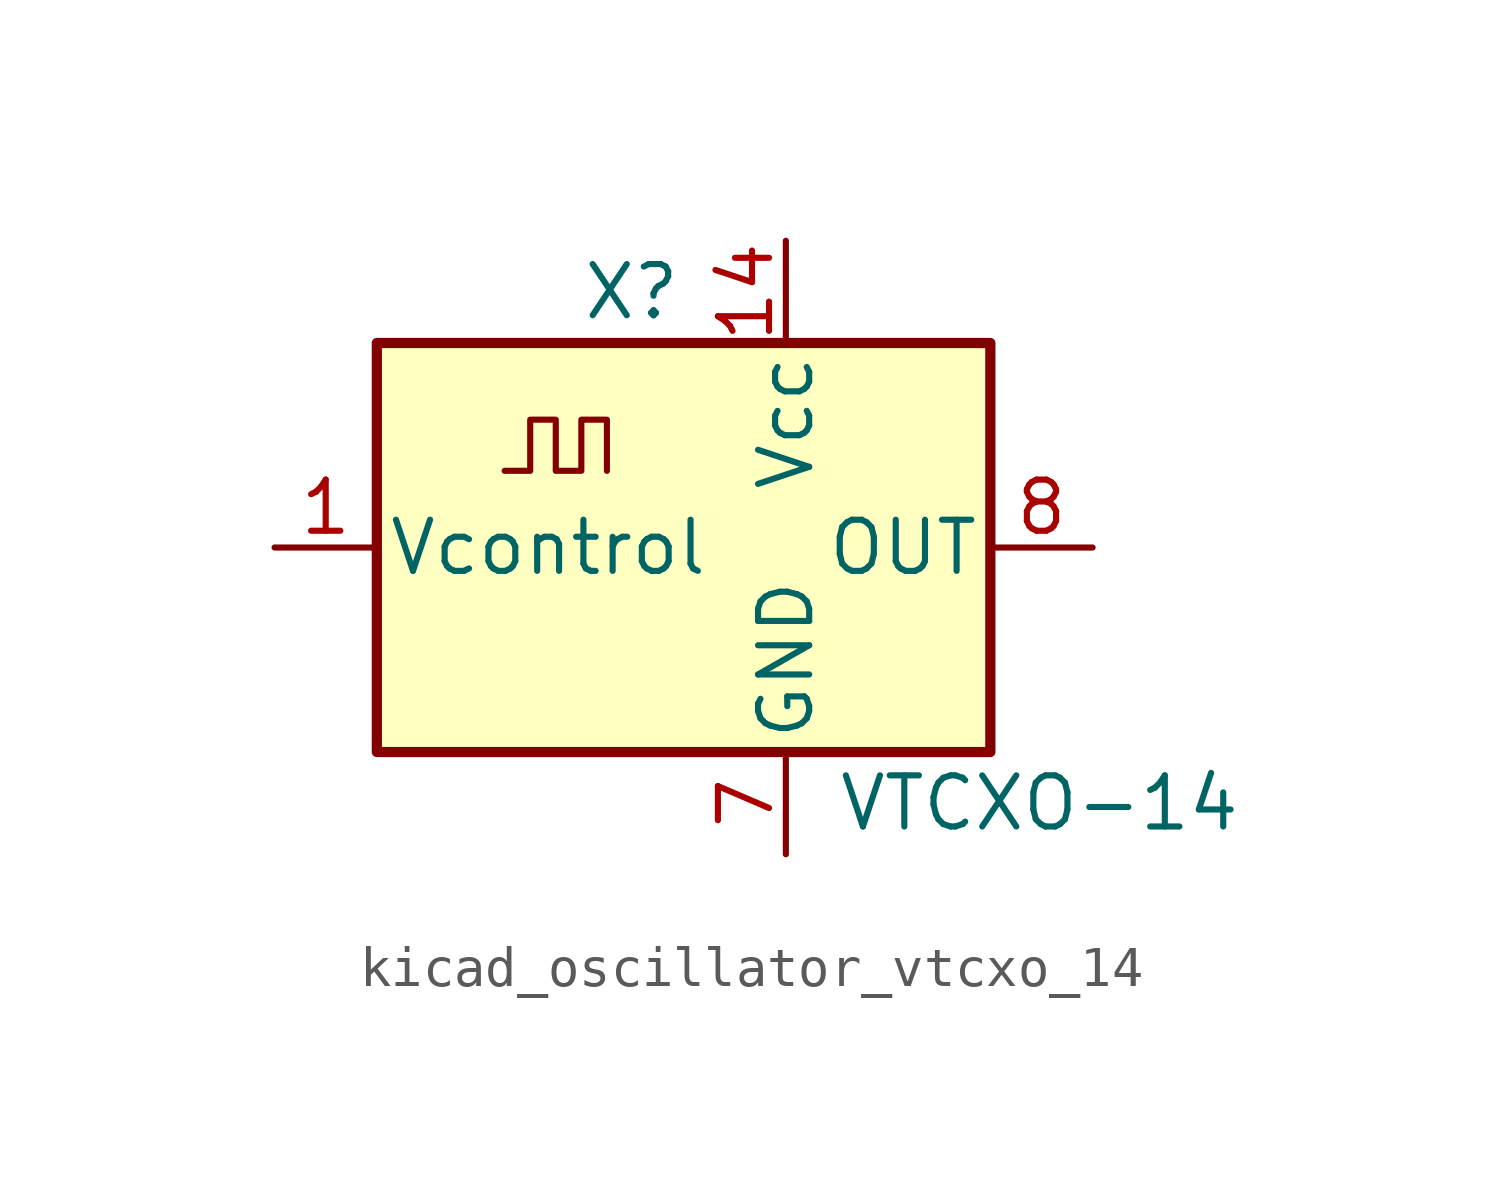
<source format=kicad_sym>
(kicad_symbol_lib
  (version 20220914)
  (generator kicad_symbol_editor)
  (symbol "kicad_oscillator_vtcxo_14"
    (pin_names
      (offset 0.254))
    (property "Reference" "X"
      (at -5.08 6.35 0)
      (effects (font (size 1.27 1.27)) (justify left)))
    (property "Value" "VTCXO-14"
      (at 1.27 -6.35 0)
      (effects (font (size 1.27 1.27)) (justify left)))
    (symbol "kicad_oscillator_vtcxo_14_0_1"
      (rectangle (start -10.16 5.08) (end 5.08 -5.08) (stroke (width 0.254) (type default)) (fill (type background)))
      (polyline (pts (xy -6.985 1.905) (xy -6.35 1.905) (xy -6.35 3.175) (xy -5.715 3.175) (xy -5.715 1.905) (xy -5.08 1.905) (xy -5.08 3.175) (xy -4.445 3.175) (xy -4.445 1.905)) (stroke (width 0) (type default)) (fill (type none))))
    (symbol "kicad_oscillator_vtcxo_14_1_1"
      (pin input line (at -12.7 0 0) (length 2.54) (name "Vcontrol" (effects (font (size 1.27 1.27)))) (number "1" (effects (font (size 1.27 1.27)))))
      (pin power_in line (at 0 7.62 270) (length 2.54) (name "Vcc" (effects (font (size 1.27 1.27)))) (number "14" (effects (font (size 1.27 1.27)))))
      (pin power_in line (at 0 -7.62 90) (length 2.54) (name "GND" (effects (font (size 1.27 1.27)))) (number "7" (effects (font (size 1.27 1.27)))))
      (pin output line (at 7.62 0 180) (length 2.54) (name "OUT" (effects (font (size 1.27 1.27)))) (number "8" (effects (font (size 1.27 1.27))))))))
</source>
